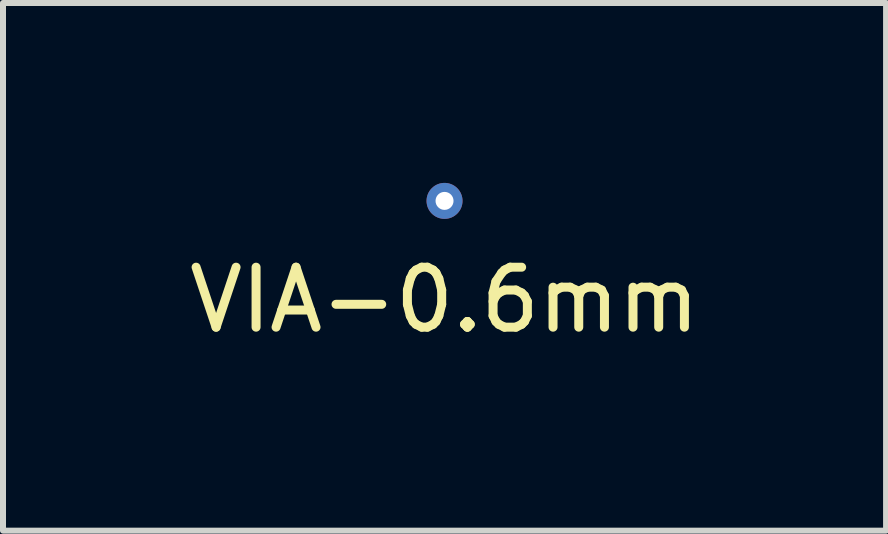
<source format=kicad_pcb>
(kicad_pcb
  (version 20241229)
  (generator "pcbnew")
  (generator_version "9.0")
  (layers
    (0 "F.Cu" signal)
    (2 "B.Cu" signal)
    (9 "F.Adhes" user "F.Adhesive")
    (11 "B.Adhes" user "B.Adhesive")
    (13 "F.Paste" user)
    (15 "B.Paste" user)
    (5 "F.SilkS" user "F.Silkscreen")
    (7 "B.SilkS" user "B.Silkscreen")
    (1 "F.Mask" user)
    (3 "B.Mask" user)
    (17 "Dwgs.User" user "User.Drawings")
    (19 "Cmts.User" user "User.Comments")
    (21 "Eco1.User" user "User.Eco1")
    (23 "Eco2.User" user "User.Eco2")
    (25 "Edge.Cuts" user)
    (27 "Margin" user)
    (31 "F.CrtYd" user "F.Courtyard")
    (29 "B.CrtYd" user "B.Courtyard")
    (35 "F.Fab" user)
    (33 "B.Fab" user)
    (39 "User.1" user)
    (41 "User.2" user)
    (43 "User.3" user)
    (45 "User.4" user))
  (footprint "VIA-0.6mm"
    (layer "F.Cu")
    (at 4.363 0.3)
    (property "Reference" "VIA-0.6mm" (at 0 1.651 0) (layer "F.SilkS") (effects (font (size 1 1) (thickness 0.15))))
    (attr through_hole)
    (pad "1" thru_hole circle (at 0 0) (size 0.6 0.6) (drill 0.3) (layers "*.Cu")))
  (gr_rect
    (start -3 -3)
    (end 11.726 5.799)
    (stroke (width 0.1) (type default))
    (fill no)
    (layer "Edge.Cuts")))
</source>
